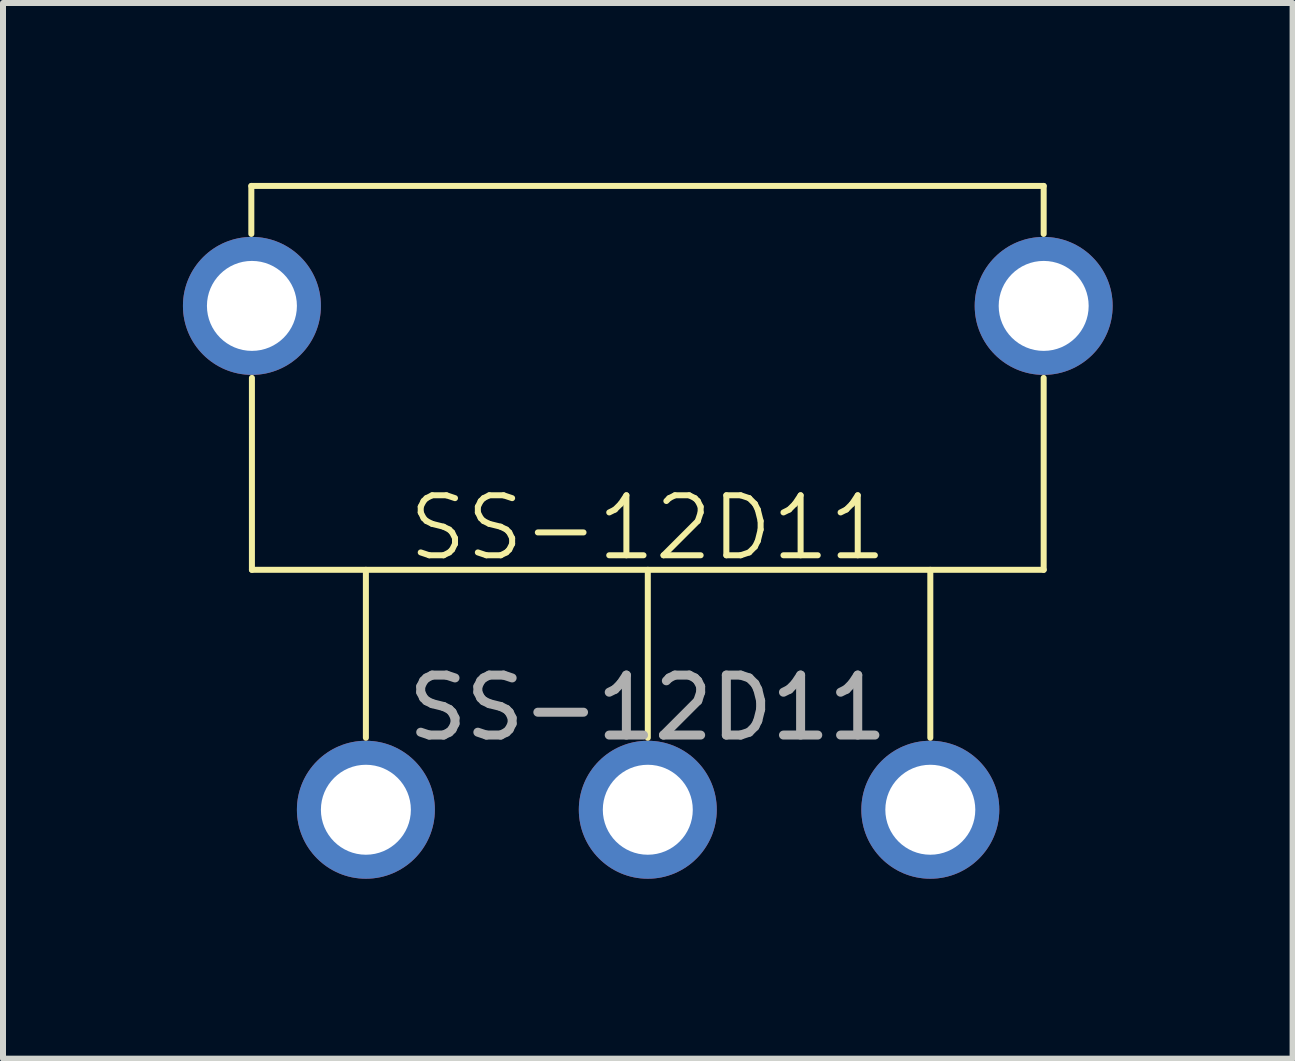
<source format=kicad_pcb>
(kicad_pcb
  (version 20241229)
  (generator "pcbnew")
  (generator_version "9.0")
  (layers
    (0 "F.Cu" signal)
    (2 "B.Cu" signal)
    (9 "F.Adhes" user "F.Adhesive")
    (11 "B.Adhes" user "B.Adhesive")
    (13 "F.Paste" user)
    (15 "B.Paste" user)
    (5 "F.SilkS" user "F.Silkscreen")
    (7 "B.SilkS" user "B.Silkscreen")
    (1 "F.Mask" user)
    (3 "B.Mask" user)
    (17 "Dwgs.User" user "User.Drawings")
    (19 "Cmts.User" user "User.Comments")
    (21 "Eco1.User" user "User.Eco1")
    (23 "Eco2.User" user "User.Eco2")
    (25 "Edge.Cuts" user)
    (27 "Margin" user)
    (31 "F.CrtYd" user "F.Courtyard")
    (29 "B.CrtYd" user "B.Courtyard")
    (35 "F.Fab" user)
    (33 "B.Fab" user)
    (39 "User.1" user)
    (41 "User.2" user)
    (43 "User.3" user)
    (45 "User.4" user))
  (footprint "SS-12D11"
    (layer "F.Cu")
    (at 7.75 6.25)
    (property "Reference" "SS-12D11" (at 0 -0.5 0) (unlocked yes) (layer "F.SilkS") (effects (font (size 1 1) (thickness 0.1))))
    (attr smd)
    (fp_line (start -6.61 -6.2) (end 6.6 -6.2) (stroke (width 0.1) (type default)) (layer "F.SilkS"))
    (fp_line (start -6.61 -5.4) (end -6.61 -6.2) (stroke (width 0.1) (type default)) (layer "F.SilkS"))
    (fp_line (start -6.6 -3) (end -6.6 0.2) (stroke (width 0.1) (type default)) (layer "F.SilkS"))
    (fp_line (start -6.6 0.2) (end 6.6 0.2) (stroke (width 0.1) (type default)) (layer "F.SilkS"))
    (fp_line (start -4.7 3) (end -4.7 0.2) (stroke (width 0.1) (type default)) (layer "F.SilkS"))
    (fp_line (start 0 3) (end 0 0.2) (stroke (width 0.1) (type default)) (layer "F.SilkS"))
    (fp_line (start 4.71 3) (end 4.71 0.2) (stroke (width 0.1) (type default)) (layer "F.SilkS"))
    (fp_line (start 6.6 -6.2) (end 6.6 -5.4) (stroke (width 0.1) (type default)) (layer "F.SilkS"))
    (fp_line (start 6.6 0.2) (end 6.6 -3) (stroke (width 0.1) (type default)) (layer "F.SilkS"))
    (fp_text user "${REFERENCE}" (at 0 2.5 0) (unlocked yes) (layer "F.Fab") (effects (font (size 1 1) (thickness 0.15))))
    (pad "" thru_hole circle (at -6.6 -4.2) (size 2.3 2.3) (drill 1.5) (property pad_prop_heatsink) (layers "*.Cu" "*.Mask"))
    (pad "" thru_hole circle (at 6.6 -4.2) (size 2.3 2.3) (drill 1.5) (property pad_prop_heatsink) (layers "*.Cu" "*.Mask"))
    (pad "1" thru_hole circle (at 4.71 4.2) (size 2.3 2.3) (drill 1.5) (property pad_prop_heatsink) (layers "*.Cu" "*.Mask"))
    (pad "2" thru_hole circle (at 0 4.2) (size 2.3 2.3) (drill 1.5) (property pad_prop_heatsink) (layers "*.Cu" "*.Mask"))
    (pad "3" thru_hole circle (at -4.7 4.2) (size 2.3 2.3) (drill 1.5) (property pad_prop_heatsink) (layers "*.Cu" "*.Mask")))
  (gr_rect
    (start -3 -3)
    (end 18.5 14.6)
    (stroke (width 0.1) (type default))
    (fill no)
    (layer "Edge.Cuts")))
</source>
